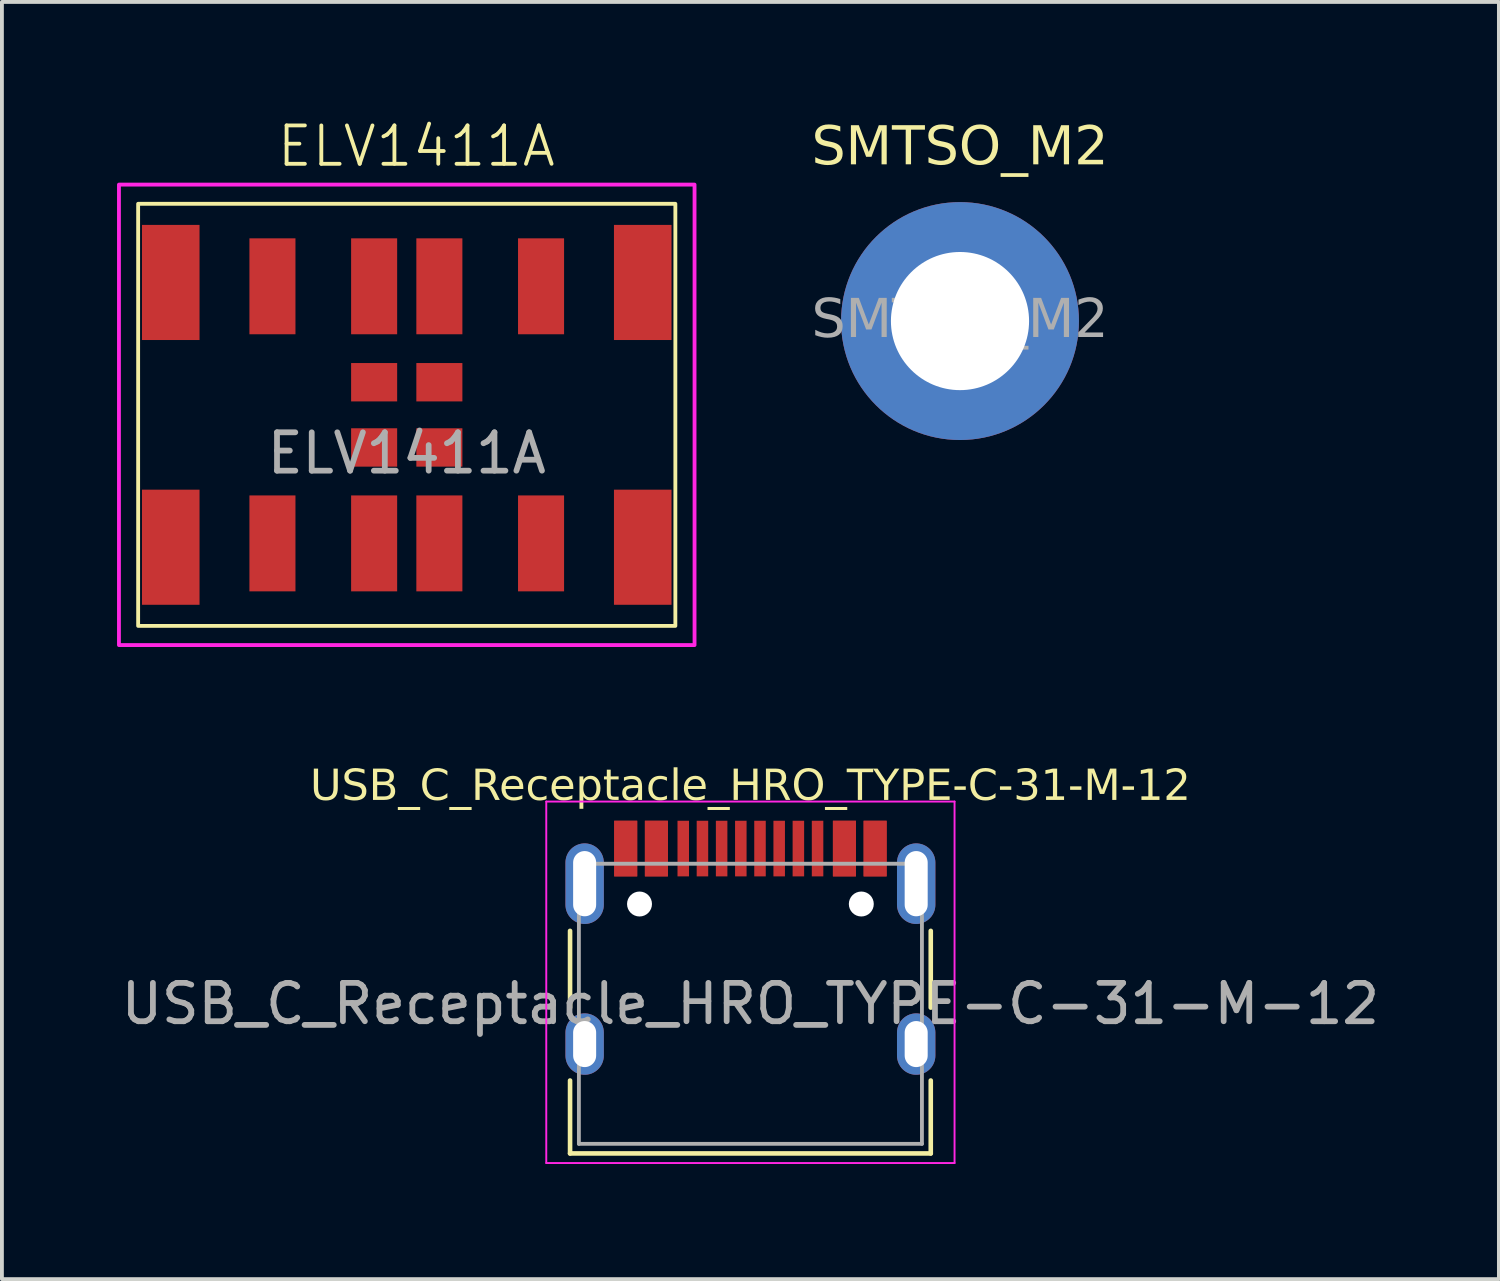
<source format=kicad_pcb>
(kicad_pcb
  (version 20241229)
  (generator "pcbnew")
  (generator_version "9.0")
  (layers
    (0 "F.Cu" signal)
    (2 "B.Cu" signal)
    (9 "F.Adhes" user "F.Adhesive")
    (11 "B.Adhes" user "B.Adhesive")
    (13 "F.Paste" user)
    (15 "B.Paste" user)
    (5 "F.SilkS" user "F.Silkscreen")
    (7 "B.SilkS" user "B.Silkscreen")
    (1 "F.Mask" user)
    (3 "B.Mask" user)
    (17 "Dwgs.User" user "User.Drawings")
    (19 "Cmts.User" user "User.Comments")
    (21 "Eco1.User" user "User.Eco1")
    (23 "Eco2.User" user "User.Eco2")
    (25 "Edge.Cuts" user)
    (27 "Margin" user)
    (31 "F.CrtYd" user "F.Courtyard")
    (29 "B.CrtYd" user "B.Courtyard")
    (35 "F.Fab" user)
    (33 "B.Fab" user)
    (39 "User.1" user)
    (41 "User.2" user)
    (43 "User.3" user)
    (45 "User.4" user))
  (footprint "USB_C_Receptacle_HRO_TYPE-C-31-M-12"
    (layer "F.Cu")
    (at 16.506 23.109)
    (property "Reference" "USB_C_Receptacle_HRO_TYPE-C-31-M-12" (at 0 -5.645 0) (unlocked yes) (layer "F.SilkS") (effects (font (face "Iosevka") (size 0.8 0.8) (thickness 0.15))))
    (attr smd)
    (fp_line (start -4.7 -1.9) (end -4.7 0.1) (stroke (width 0.12) (type solid)) (layer "F.SilkS"))
    (fp_line (start -4.7 2) (end -4.7 3.9) (stroke (width 0.12) (type solid)) (layer "F.SilkS"))
    (fp_line (start -4.7 3.9) (end 4.7 3.9) (stroke (width 0.12) (type solid)) (layer "F.SilkS"))
    (fp_line (start 4.7 2) (end 4.7 3.9) (stroke (width 0.12) (type solid)) (layer "F.SilkS"))
    (fp_line (start 4.7 -1.9) (end 4.7 0.1) (stroke (width 0.12) (type solid)) (layer "F.SilkS"))
    (fp_line (start -5.32 -5.27) (end -5.32 4.15) (stroke (width 0.05) (type solid)) (layer "F.CrtYd"))
    (fp_line (start -5.32 -5.27) (end 5.32 -5.27) (stroke (width 0.05) (type solid)) (layer "F.CrtYd"))
    (fp_line (start -5.32 4.15) (end 5.32 4.15) (stroke (width 0.05) (type solid)) (layer "F.CrtYd"))
    (fp_line (start 5.32 -5.27) (end 5.32 4.15) (stroke (width 0.05) (type solid)) (layer "F.CrtYd"))
    (fp_line (start -4.47 -3.65) (end -4.47 3.65) (stroke (width 0.1) (type solid)) (layer "F.Fab"))
    (fp_line (start -4.47 -3.65) (end 4.47 -3.65) (stroke (width 0.1) (type solid)) (layer "F.Fab"))
    (fp_line (start -4.47 3.65) (end 4.47 3.65) (stroke (width 0.1) (type solid)) (layer "F.Fab"))
    (fp_line (start 4.47 -3.65) (end 4.47 3.65) (stroke (width 0.1) (type solid)) (layer "F.Fab"))
    (fp_text user "${REFERENCE}" (at 0 0 0) (layer "F.Fab") (effects (font (size 1 1) (thickness 0.15))))
    (pad "" np_thru_hole circle (at -2.89 -2.6) (size 0.65 0.65) (drill 0.65) (layers "*.Cu" "*.Mask"))
    (pad "" np_thru_hole circle (at 2.89 -2.6) (size 0.65 0.65) (drill 0.65) (layers "*.Cu" "*.Mask"))
    (pad "A1" smd rect (at -3.25 -4.045) (size 0.6 1.45) (layers "F.Cu" "F.Mask" "F.Paste"))
    (pad "A4" smd rect (at -2.45 -4.045) (size 0.6 1.45) (layers "F.Cu" "F.Mask" "F.Paste"))
    (pad "A5" smd rect (at -1.25 -4.045) (size 0.3 1.45) (layers "F.Cu" "F.Mask" "F.Paste"))
    (pad "A6" smd rect (at -0.25 -4.045) (size 0.3 1.45) (layers "F.Cu" "F.Mask" "F.Paste"))
    (pad "A7" smd rect (at 0.25 -4.045) (size 0.3 1.45) (layers "F.Cu" "F.Mask" "F.Paste"))
    (pad "A8" smd rect (at 1.25 -4.045) (size 0.3 1.45) (layers "F.Cu" "F.Mask" "F.Paste"))
    (pad "A9" smd rect (at 2.45 -4.045) (size 0.6 1.45) (layers "F.Cu" "F.Mask" "F.Paste"))
    (pad "A12" smd rect (at 3.25 -4.045) (size 0.6 1.45) (layers "F.Cu" "F.Mask" "F.Paste"))
    (pad "B1" smd rect (at 3.25 -4.045) (size 0.6 1.45) (layers "F.Cu" "F.Mask" "F.Paste"))
    (pad "B4" smd rect (at 2.45 -4.045) (size 0.6 1.45) (layers "F.Cu" "F.Mask" "F.Paste"))
    (pad "B5" smd rect (at 1.75 -4.045) (size 0.3 1.45) (layers "F.Cu" "F.Mask" "F.Paste"))
    (pad "B6" smd rect (at 0.75 -4.045) (size 0.3 1.45) (layers "F.Cu" "F.Mask" "F.Paste"))
    (pad "B7" smd rect (at -0.75 -4.045) (size 0.3 1.45) (layers "F.Cu" "F.Mask" "F.Paste"))
    (pad "B8" smd rect (at -1.75 -4.045) (size 0.3 1.45) (layers "F.Cu" "F.Mask" "F.Paste"))
    (pad "B9" smd rect (at -2.45 -4.045) (size 0.6 1.45) (layers "F.Cu" "F.Mask" "F.Paste"))
    (pad "B12" smd rect (at -3.25 -4.045) (size 0.6 1.45) (layers "F.Cu" "F.Mask" "F.Paste"))
    (pad "S1" thru_hole oval (at -4.32 -3.13) (size 1 2.1) (drill oval 0.6 1.7) (property pad_prop_heatsink) (layers "*.Cu" "*.Mask"))
    (pad "S1" thru_hole oval (at -4.32 1.05) (size 1 1.6) (drill oval 0.6 1.2) (property pad_prop_heatsink) (layers "*.Cu" "*.Mask"))
    (pad "S1" thru_hole oval (at 4.32 -3.13) (size 1 2.1) (drill oval 0.6 1.7) (property pad_prop_heatsink) (layers "*.Cu" "*.Mask"))
    (pad "S1" thru_hole oval (at 4.32 1.05) (size 1 1.6) (drill oval 0.6 1.2) (property pad_prop_heatsink) (layers "*.Cu" "*.Mask")))
  (footprint "SMTSO_M2"
    (layer "F.Cu")
    (at 21.968 5.317)
    (property "Reference" "SMTSO_M2" (at 0 -4.5 0) (layer "F.SilkS") (effects (font (face "Iosevka") (size 1 1) (thickness 0.15))))
    (attr exclude_from_pos_files exclude_from_bom)
    (fp_circle (center 0 0) (end 1.2 0) (stroke (width 0.1) (type default)) (fill no) (layer "User.9"))
    (fp_circle (center 0 0) (end 2.4 0) (stroke (width 0.1) (type default)) (fill no) (layer "User.9"))
    (fp_text user "${REFERENCE}" (at 0 0 0) (layer "F.Fab") (effects (font (face "Iosevka") (size 1 1) (thickness 0.15))))
    (pad "1" thru_hole circle (at 0 0) (size 6.2 6.2) (drill 3.6) (layers "*.Cu" "B.Mask")))
  (footprint "ELV1411A"
    (layer "F.Cu")
    (at 7.55 7.761)
    (property "Reference" "ELV1411A" (at 0.25 -7 0) (unlocked yes) (layer "F.SilkS") (effects (font (size 1 1) (thickness 0.1))))
    (attr smd)
    (fp_rect (start -7 5.5) (end 7 -5.5) (stroke (width 0.1) (type default)) (fill no) (layer "F.SilkS"))
    (fp_rect (start -7.5 -6) (end 7.5 6) (stroke (width 0.1) (type default)) (fill no) (layer "F.CrtYd"))
    (fp_text user "${REFERENCE}" (at 0 1 0) (unlocked yes) (layer "F.Fab") (effects (font (size 1 1) (thickness 0.15))))
    (pad "1" smd rect (at -0.85 -0.85) (size 1.2 1) (layers "F.Cu" "F.Mask" "F.Paste"))
    (pad "1" smd rect (at 0.85 -0.85) (size 1.2 1) (layers "F.Cu" "F.Mask" "F.Paste"))
    (pad "2" smd rect (at -0.85 0.85) (size 1.2 1) (layers "F.Cu" "F.Mask" "F.Paste"))
    (pad "2" smd rect (at 0.85 0.85) (size 1.2 1) (layers "F.Cu" "F.Mask" "F.Paste"))
    (pad "3" smd rect (at -6.15 -3.45) (size 1.5 3) (layers "F.Cu" "F.Mask" "F.Paste"))
    (pad "3" smd rect (at -6.15 3.45) (size 1.5 3) (layers "F.Cu" "F.Mask" "F.Paste"))
    (pad "3" smd rect (at -3.5 -3.35) (size 1.2 2.5) (layers "F.Cu" "F.Mask" "F.Paste"))
    (pad "3" smd rect (at -3.5 3.35) (size 1.2 2.5) (layers "F.Cu" "F.Mask" "F.Paste"))
    (pad "3" smd rect (at -0.85 -3.35) (size 1.2 2.5) (layers "F.Cu" "F.Mask" "F.Paste"))
    (pad "3" smd rect (at -0.85 3.35) (size 1.2 2.5) (layers "F.Cu" "F.Mask" "F.Paste"))
    (pad "3" smd rect (at 0.85 -3.35) (size 1.2 2.5) (layers "F.Cu" "F.Mask" "F.Paste"))
    (pad "3" smd rect (at 0.85 3.35) (size 1.2 2.5) (layers "F.Cu" "F.Mask" "F.Paste"))
    (pad "3" smd rect (at 3.5 -3.35) (size 1.2 2.5) (layers "F.Cu" "F.Mask" "F.Paste"))
    (pad "3" smd rect (at 3.5 3.35) (size 1.2 2.5) (layers "F.Cu" "F.Mask" "F.Paste"))
    (pad "3" smd rect (at 6.15 -3.45) (size 1.5 3) (layers "F.Cu" "F.Mask" "F.Paste"))
    (pad "3" smd rect (at 6.15 3.45) (size 1.5 3) (layers "F.Cu" "F.Mask" "F.Paste")))
  (gr_rect
    (start -3 -3)
    (end 36.012 30.284)
    (stroke (width 0.1) (type default))
    (fill no)
    (layer "Edge.Cuts")))
</source>
